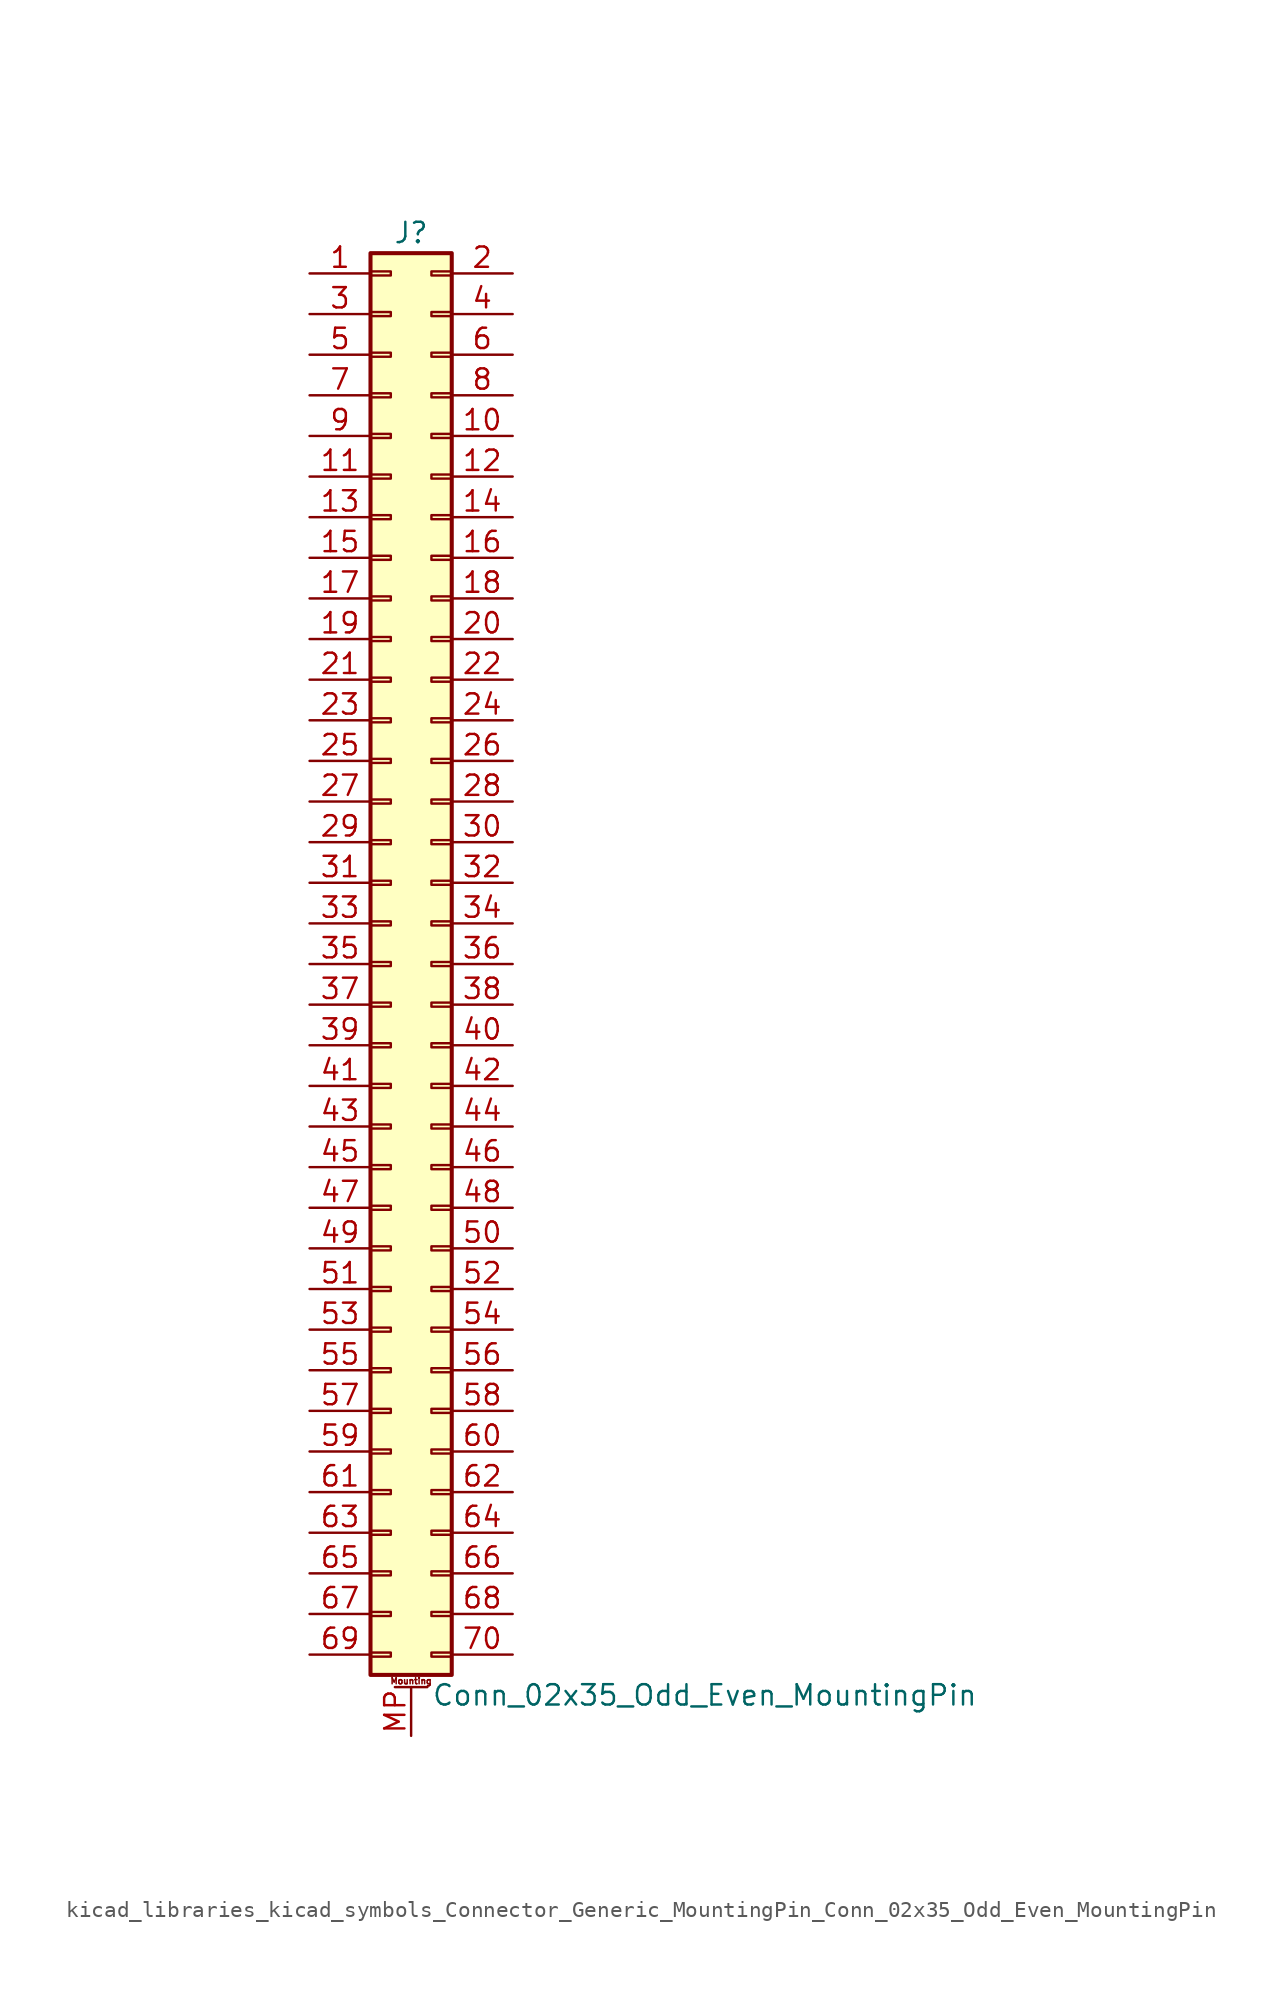
<source format=kicad_sym>
(kicad_symbol_lib
  (version 20220914)
  (generator kicad_symbol_editor)
  (symbol "kicad_libraries_kicad_symbols_Connector_Generic_MountingPin_Conn_02x35_Odd_Even_MountingPin"
    (pin_names
      (offset 1.016) hide)
    (property "Reference" "J"
      (at 1.27 45.72 0)
      (effects (font (size 1.27 1.27))))
    (property "Value" "Conn_02x35_Odd_Even_MountingPin"
      (at 2.54 -45.72 0)
      (effects (font (size 1.27 1.27)) (justify left)))
    (symbol "kicad_libraries_kicad_symbols_Connector_Generic_MountingPin_Conn_02x35_Odd_Even_MountingPin_1_1"
      (rectangle (start -1.27 -43.053) (end 0 -43.307) (stroke (width 0.152) (type default)) (fill (type none)))
      (rectangle (start -1.27 -40.513) (end 0 -40.767) (stroke (width 0.152) (type default)) (fill (type none)))
      (rectangle (start -1.27 -37.973) (end 0 -38.227) (stroke (width 0.152) (type default)) (fill (type none)))
      (rectangle (start -1.27 -35.433) (end 0 -35.687) (stroke (width 0.152) (type default)) (fill (type none)))
      (rectangle (start -1.27 -32.893) (end 0 -33.147) (stroke (width 0.152) (type default)) (fill (type none)))
      (rectangle (start -1.27 -30.353) (end 0 -30.607) (stroke (width 0.152) (type default)) (fill (type none)))
      (rectangle (start -1.27 -27.813) (end 0 -28.067) (stroke (width 0.152) (type default)) (fill (type none)))
      (rectangle (start -1.27 -25.273) (end 0 -25.527) (stroke (width 0.152) (type default)) (fill (type none)))
      (rectangle (start -1.27 -22.733) (end 0 -22.987) (stroke (width 0.152) (type default)) (fill (type none)))
      (rectangle (start -1.27 -20.193) (end 0 -20.447) (stroke (width 0.152) (type default)) (fill (type none)))
      (rectangle (start -1.27 -17.653) (end 0 -17.907) (stroke (width 0.152) (type default)) (fill (type none)))
      (rectangle (start -1.27 -15.113) (end 0 -15.367) (stroke (width 0.152) (type default)) (fill (type none)))
      (rectangle (start -1.27 -12.573) (end 0 -12.827) (stroke (width 0.152) (type default)) (fill (type none)))
      (rectangle (start -1.27 -10.033) (end 0 -10.287) (stroke (width 0.152) (type default)) (fill (type none)))
      (rectangle (start -1.27 -7.493) (end 0 -7.747) (stroke (width 0.152) (type default)) (fill (type none)))
      (rectangle (start -1.27 -4.953) (end 0 -5.207) (stroke (width 0.152) (type default)) (fill (type none)))
      (rectangle (start -1.27 -2.413) (end 0 -2.667) (stroke (width 0.152) (type default)) (fill (type none)))
      (rectangle (start -1.27 0.127) (end 0 -0.127) (stroke (width 0.152) (type default)) (fill (type none)))
      (rectangle (start -1.27 2.667) (end 0 2.413) (stroke (width 0.152) (type default)) (fill (type none)))
      (rectangle (start -1.27 5.207) (end 0 4.953) (stroke (width 0.152) (type default)) (fill (type none)))
      (rectangle (start -1.27 7.747) (end 0 7.493) (stroke (width 0.152) (type default)) (fill (type none)))
      (rectangle (start -1.27 10.287) (end 0 10.033) (stroke (width 0.152) (type default)) (fill (type none)))
      (rectangle (start -1.27 12.827) (end 0 12.573) (stroke (width 0.152) (type default)) (fill (type none)))
      (rectangle (start -1.27 15.367) (end 0 15.113) (stroke (width 0.152) (type default)) (fill (type none)))
      (rectangle (start -1.27 17.907) (end 0 17.653) (stroke (width 0.152) (type default)) (fill (type none)))
      (rectangle (start -1.27 20.447) (end 0 20.193) (stroke (width 0.152) (type default)) (fill (type none)))
      (rectangle (start -1.27 22.987) (end 0 22.733) (stroke (width 0.152) (type default)) (fill (type none)))
      (rectangle (start -1.27 25.527) (end 0 25.273) (stroke (width 0.152) (type default)) (fill (type none)))
      (rectangle (start -1.27 28.067) (end 0 27.813) (stroke (width 0.152) (type default)) (fill (type none)))
      (rectangle (start -1.27 30.607) (end 0 30.353) (stroke (width 0.152) (type default)) (fill (type none)))
      (rectangle (start -1.27 33.147) (end 0 32.893) (stroke (width 0.152) (type default)) (fill (type none)))
      (rectangle (start -1.27 35.687) (end 0 35.433) (stroke (width 0.152) (type default)) (fill (type none)))
      (rectangle (start -1.27 38.227) (end 0 37.973) (stroke (width 0.152) (type default)) (fill (type none)))
      (rectangle (start -1.27 40.767) (end 0 40.513) (stroke (width 0.152) (type default)) (fill (type none)))
      (rectangle (start -1.27 43.307) (end 0 43.053) (stroke (width 0.152) (type default)) (fill (type none)))
      (rectangle (start -1.27 44.45) (end 3.81 -44.45) (stroke (width 0.254) (type default)) (fill (type background)))
      (polyline (pts (xy 0.254 -45.212) (xy 2.286 -45.212)) (stroke (width 0.152) (type default)) (fill (type none)))
      (rectangle (start 3.81 -43.053) (end 2.54 -43.307) (stroke (width 0.152) (type default)) (fill (type none)))
      (rectangle (start 3.81 -40.513) (end 2.54 -40.767) (stroke (width 0.152) (type default)) (fill (type none)))
      (rectangle (start 3.81 -37.973) (end 2.54 -38.227) (stroke (width 0.152) (type default)) (fill (type none)))
      (rectangle (start 3.81 -35.433) (end 2.54 -35.687) (stroke (width 0.152) (type default)) (fill (type none)))
      (rectangle (start 3.81 -32.893) (end 2.54 -33.147) (stroke (width 0.152) (type default)) (fill (type none)))
      (rectangle (start 3.81 -30.353) (end 2.54 -30.607) (stroke (width 0.152) (type default)) (fill (type none)))
      (rectangle (start 3.81 -27.813) (end 2.54 -28.067) (stroke (width 0.152) (type default)) (fill (type none)))
      (rectangle (start 3.81 -25.273) (end 2.54 -25.527) (stroke (width 0.152) (type default)) (fill (type none)))
      (rectangle (start 3.81 -22.733) (end 2.54 -22.987) (stroke (width 0.152) (type default)) (fill (type none)))
      (rectangle (start 3.81 -20.193) (end 2.54 -20.447) (stroke (width 0.152) (type default)) (fill (type none)))
      (rectangle (start 3.81 -17.653) (end 2.54 -17.907) (stroke (width 0.152) (type default)) (fill (type none)))
      (rectangle (start 3.81 -15.113) (end 2.54 -15.367) (stroke (width 0.152) (type default)) (fill (type none)))
      (rectangle (start 3.81 -12.573) (end 2.54 -12.827) (stroke (width 0.152) (type default)) (fill (type none)))
      (rectangle (start 3.81 -10.033) (end 2.54 -10.287) (stroke (width 0.152) (type default)) (fill (type none)))
      (rectangle (start 3.81 -7.493) (end 2.54 -7.747) (stroke (width 0.152) (type default)) (fill (type none)))
      (rectangle (start 3.81 -4.953) (end 2.54 -5.207) (stroke (width 0.152) (type default)) (fill (type none)))
      (rectangle (start 3.81 -2.413) (end 2.54 -2.667) (stroke (width 0.152) (type default)) (fill (type none)))
      (rectangle (start 3.81 0.127) (end 2.54 -0.127) (stroke (width 0.152) (type default)) (fill (type none)))
      (rectangle (start 3.81 2.667) (end 2.54 2.413) (stroke (width 0.152) (type default)) (fill (type none)))
      (rectangle (start 3.81 5.207) (end 2.54 4.953) (stroke (width 0.152) (type default)) (fill (type none)))
      (rectangle (start 3.81 7.747) (end 2.54 7.493) (stroke (width 0.152) (type default)) (fill (type none)))
      (rectangle (start 3.81 10.287) (end 2.54 10.033) (stroke (width 0.152) (type default)) (fill (type none)))
      (rectangle (start 3.81 12.827) (end 2.54 12.573) (stroke (width 0.152) (type default)) (fill (type none)))
      (rectangle (start 3.81 15.367) (end 2.54 15.113) (stroke (width 0.152) (type default)) (fill (type none)))
      (rectangle (start 3.81 17.907) (end 2.54 17.653) (stroke (width 0.152) (type default)) (fill (type none)))
      (rectangle (start 3.81 20.447) (end 2.54 20.193) (stroke (width 0.152) (type default)) (fill (type none)))
      (rectangle (start 3.81 22.987) (end 2.54 22.733) (stroke (width 0.152) (type default)) (fill (type none)))
      (rectangle (start 3.81 25.527) (end 2.54 25.273) (stroke (width 0.152) (type default)) (fill (type none)))
      (rectangle (start 3.81 28.067) (end 2.54 27.813) (stroke (width 0.152) (type default)) (fill (type none)))
      (rectangle (start 3.81 30.607) (end 2.54 30.353) (stroke (width 0.152) (type default)) (fill (type none)))
      (rectangle (start 3.81 33.147) (end 2.54 32.893) (stroke (width 0.152) (type default)) (fill (type none)))
      (rectangle (start 3.81 35.687) (end 2.54 35.433) (stroke (width 0.152) (type default)) (fill (type none)))
      (rectangle (start 3.81 38.227) (end 2.54 37.973) (stroke (width 0.152) (type default)) (fill (type none)))
      (rectangle (start 3.81 40.767) (end 2.54 40.513) (stroke (width 0.152) (type default)) (fill (type none)))
      (rectangle (start 3.81 43.307) (end 2.54 43.053) (stroke (width 0.152) (type default)) (fill (type none)))
      (text "Mounting" (at 1.27 -44.831 0) (effects (font (size 0.381 0.381))))
      (pin passive line (at -5.08 43.18 0) (length 3.81) (name "Pin_1" (effects (font (size 1.27 1.27)))) (number "1" (effects (font (size 1.27 1.27)))))
      (pin passive line (at 7.62 33.02 180) (length 3.81) (name "Pin_10" (effects (font (size 1.27 1.27)))) (number "10" (effects (font (size 1.27 1.27)))))
      (pin passive line (at -5.08 30.48 0) (length 3.81) (name "Pin_11" (effects (font (size 1.27 1.27)))) (number "11" (effects (font (size 1.27 1.27)))))
      (pin passive line (at 7.62 30.48 180) (length 3.81) (name "Pin_12" (effects (font (size 1.27 1.27)))) (number "12" (effects (font (size 1.27 1.27)))))
      (pin passive line (at -5.08 27.94 0) (length 3.81) (name "Pin_13" (effects (font (size 1.27 1.27)))) (number "13" (effects (font (size 1.27 1.27)))))
      (pin passive line (at 7.62 27.94 180) (length 3.81) (name "Pin_14" (effects (font (size 1.27 1.27)))) (number "14" (effects (font (size 1.27 1.27)))))
      (pin passive line (at -5.08 25.4 0) (length 3.81) (name "Pin_15" (effects (font (size 1.27 1.27)))) (number "15" (effects (font (size 1.27 1.27)))))
      (pin passive line (at 7.62 25.4 180) (length 3.81) (name "Pin_16" (effects (font (size 1.27 1.27)))) (number "16" (effects (font (size 1.27 1.27)))))
      (pin passive line (at -5.08 22.86 0) (length 3.81) (name "Pin_17" (effects (font (size 1.27 1.27)))) (number "17" (effects (font (size 1.27 1.27)))))
      (pin passive line (at 7.62 22.86 180) (length 3.81) (name "Pin_18" (effects (font (size 1.27 1.27)))) (number "18" (effects (font (size 1.27 1.27)))))
      (pin passive line (at -5.08 20.32 0) (length 3.81) (name "Pin_19" (effects (font (size 1.27 1.27)))) (number "19" (effects (font (size 1.27 1.27)))))
      (pin passive line (at 7.62 43.18 180) (length 3.81) (name "Pin_2" (effects (font (size 1.27 1.27)))) (number "2" (effects (font (size 1.27 1.27)))))
      (pin passive line (at 7.62 20.32 180) (length 3.81) (name "Pin_20" (effects (font (size 1.27 1.27)))) (number "20" (effects (font (size 1.27 1.27)))))
      (pin passive line (at -5.08 17.78 0) (length 3.81) (name "Pin_21" (effects (font (size 1.27 1.27)))) (number "21" (effects (font (size 1.27 1.27)))))
      (pin passive line (at 7.62 17.78 180) (length 3.81) (name "Pin_22" (effects (font (size 1.27 1.27)))) (number "22" (effects (font (size 1.27 1.27)))))
      (pin passive line (at -5.08 15.24 0) (length 3.81) (name "Pin_23" (effects (font (size 1.27 1.27)))) (number "23" (effects (font (size 1.27 1.27)))))
      (pin passive line (at 7.62 15.24 180) (length 3.81) (name "Pin_24" (effects (font (size 1.27 1.27)))) (number "24" (effects (font (size 1.27 1.27)))))
      (pin passive line (at -5.08 12.7 0) (length 3.81) (name "Pin_25" (effects (font (size 1.27 1.27)))) (number "25" (effects (font (size 1.27 1.27)))))
      (pin passive line (at 7.62 12.7 180) (length 3.81) (name "Pin_26" (effects (font (size 1.27 1.27)))) (number "26" (effects (font (size 1.27 1.27)))))
      (pin passive line (at -5.08 10.16 0) (length 3.81) (name "Pin_27" (effects (font (size 1.27 1.27)))) (number "27" (effects (font (size 1.27 1.27)))))
      (pin passive line (at 7.62 10.16 180) (length 3.81) (name "Pin_28" (effects (font (size 1.27 1.27)))) (number "28" (effects (font (size 1.27 1.27)))))
      (pin passive line (at -5.08 7.62 0) (length 3.81) (name "Pin_29" (effects (font (size 1.27 1.27)))) (number "29" (effects (font (size 1.27 1.27)))))
      (pin passive line (at -5.08 40.64 0) (length 3.81) (name "Pin_3" (effects (font (size 1.27 1.27)))) (number "3" (effects (font (size 1.27 1.27)))))
      (pin passive line (at 7.62 7.62 180) (length 3.81) (name "Pin_30" (effects (font (size 1.27 1.27)))) (number "30" (effects (font (size 1.27 1.27)))))
      (pin passive line (at -5.08 5.08 0) (length 3.81) (name "Pin_31" (effects (font (size 1.27 1.27)))) (number "31" (effects (font (size 1.27 1.27)))))
      (pin passive line (at 7.62 5.08 180) (length 3.81) (name "Pin_32" (effects (font (size 1.27 1.27)))) (number "32" (effects (font (size 1.27 1.27)))))
      (pin passive line (at -5.08 2.54 0) (length 3.81) (name "Pin_33" (effects (font (size 1.27 1.27)))) (number "33" (effects (font (size 1.27 1.27)))))
      (pin passive line (at 7.62 2.54 180) (length 3.81) (name "Pin_34" (effects (font (size 1.27 1.27)))) (number "34" (effects (font (size 1.27 1.27)))))
      (pin passive line (at -5.08 0 0) (length 3.81) (name "Pin_35" (effects (font (size 1.27 1.27)))) (number "35" (effects (font (size 1.27 1.27)))))
      (pin passive line (at 7.62 0 180) (length 3.81) (name "Pin_36" (effects (font (size 1.27 1.27)))) (number "36" (effects (font (size 1.27 1.27)))))
      (pin passive line (at -5.08 -2.54 0) (length 3.81) (name "Pin_37" (effects (font (size 1.27 1.27)))) (number "37" (effects (font (size 1.27 1.27)))))
      (pin passive line (at 7.62 -2.54 180) (length 3.81) (name "Pin_38" (effects (font (size 1.27 1.27)))) (number "38" (effects (font (size 1.27 1.27)))))
      (pin passive line (at -5.08 -5.08 0) (length 3.81) (name "Pin_39" (effects (font (size 1.27 1.27)))) (number "39" (effects (font (size 1.27 1.27)))))
      (pin passive line (at 7.62 40.64 180) (length 3.81) (name "Pin_4" (effects (font (size 1.27 1.27)))) (number "4" (effects (font (size 1.27 1.27)))))
      (pin passive line (at 7.62 -5.08 180) (length 3.81) (name "Pin_40" (effects (font (size 1.27 1.27)))) (number "40" (effects (font (size 1.27 1.27)))))
      (pin passive line (at -5.08 -7.62 0) (length 3.81) (name "Pin_41" (effects (font (size 1.27 1.27)))) (number "41" (effects (font (size 1.27 1.27)))))
      (pin passive line (at 7.62 -7.62 180) (length 3.81) (name "Pin_42" (effects (font (size 1.27 1.27)))) (number "42" (effects (font (size 1.27 1.27)))))
      (pin passive line (at -5.08 -10.16 0) (length 3.81) (name "Pin_43" (effects (font (size 1.27 1.27)))) (number "43" (effects (font (size 1.27 1.27)))))
      (pin passive line (at 7.62 -10.16 180) (length 3.81) (name "Pin_44" (effects (font (size 1.27 1.27)))) (number "44" (effects (font (size 1.27 1.27)))))
      (pin passive line (at -5.08 -12.7 0) (length 3.81) (name "Pin_45" (effects (font (size 1.27 1.27)))) (number "45" (effects (font (size 1.27 1.27)))))
      (pin passive line (at 7.62 -12.7 180) (length 3.81) (name "Pin_46" (effects (font (size 1.27 1.27)))) (number "46" (effects (font (size 1.27 1.27)))))
      (pin passive line (at -5.08 -15.24 0) (length 3.81) (name "Pin_47" (effects (font (size 1.27 1.27)))) (number "47" (effects (font (size 1.27 1.27)))))
      (pin passive line (at 7.62 -15.24 180) (length 3.81) (name "Pin_48" (effects (font (size 1.27 1.27)))) (number "48" (effects (font (size 1.27 1.27)))))
      (pin passive line (at -5.08 -17.78 0) (length 3.81) (name "Pin_49" (effects (font (size 1.27 1.27)))) (number "49" (effects (font (size 1.27 1.27)))))
      (pin passive line (at -5.08 38.1 0) (length 3.81) (name "Pin_5" (effects (font (size 1.27 1.27)))) (number "5" (effects (font (size 1.27 1.27)))))
      (pin passive line (at 7.62 -17.78 180) (length 3.81) (name "Pin_50" (effects (font (size 1.27 1.27)))) (number "50" (effects (font (size 1.27 1.27)))))
      (pin passive line (at -5.08 -20.32 0) (length 3.81) (name "Pin_51" (effects (font (size 1.27 1.27)))) (number "51" (effects (font (size 1.27 1.27)))))
      (pin passive line (at 7.62 -20.32 180) (length 3.81) (name "Pin_52" (effects (font (size 1.27 1.27)))) (number "52" (effects (font (size 1.27 1.27)))))
      (pin passive line (at -5.08 -22.86 0) (length 3.81) (name "Pin_53" (effects (font (size 1.27 1.27)))) (number "53" (effects (font (size 1.27 1.27)))))
      (pin passive line (at 7.62 -22.86 180) (length 3.81) (name "Pin_54" (effects (font (size 1.27 1.27)))) (number "54" (effects (font (size 1.27 1.27)))))
      (pin passive line (at -5.08 -25.4 0) (length 3.81) (name "Pin_55" (effects (font (size 1.27 1.27)))) (number "55" (effects (font (size 1.27 1.27)))))
      (pin passive line (at 7.62 -25.4 180) (length 3.81) (name "Pin_56" (effects (font (size 1.27 1.27)))) (number "56" (effects (font (size 1.27 1.27)))))
      (pin passive line (at -5.08 -27.94 0) (length 3.81) (name "Pin_57" (effects (font (size 1.27 1.27)))) (number "57" (effects (font (size 1.27 1.27)))))
      (pin passive line (at 7.62 -27.94 180) (length 3.81) (name "Pin_58" (effects (font (size 1.27 1.27)))) (number "58" (effects (font (size 1.27 1.27)))))
      (pin passive line (at -5.08 -30.48 0) (length 3.81) (name "Pin_59" (effects (font (size 1.27 1.27)))) (number "59" (effects (font (size 1.27 1.27)))))
      (pin passive line (at 7.62 38.1 180) (length 3.81) (name "Pin_6" (effects (font (size 1.27 1.27)))) (number "6" (effects (font (size 1.27 1.27)))))
      (pin passive line (at 7.62 -30.48 180) (length 3.81) (name "Pin_60" (effects (font (size 1.27 1.27)))) (number "60" (effects (font (size 1.27 1.27)))))
      (pin passive line (at -5.08 -33.02 0) (length 3.81) (name "Pin_61" (effects (font (size 1.27 1.27)))) (number "61" (effects (font (size 1.27 1.27)))))
      (pin passive line (at 7.62 -33.02 180) (length 3.81) (name "Pin_62" (effects (font (size 1.27 1.27)))) (number "62" (effects (font (size 1.27 1.27)))))
      (pin passive line (at -5.08 -35.56 0) (length 3.81) (name "Pin_63" (effects (font (size 1.27 1.27)))) (number "63" (effects (font (size 1.27 1.27)))))
      (pin passive line (at 7.62 -35.56 180) (length 3.81) (name "Pin_64" (effects (font (size 1.27 1.27)))) (number "64" (effects (font (size 1.27 1.27)))))
      (pin passive line (at -5.08 -38.1 0) (length 3.81) (name "Pin_65" (effects (font (size 1.27 1.27)))) (number "65" (effects (font (size 1.27 1.27)))))
      (pin passive line (at 7.62 -38.1 180) (length 3.81) (name "Pin_66" (effects (font (size 1.27 1.27)))) (number "66" (effects (font (size 1.27 1.27)))))
      (pin passive line (at -5.08 -40.64 0) (length 3.81) (name "Pin_67" (effects (font (size 1.27 1.27)))) (number "67" (effects (font (size 1.27 1.27)))))
      (pin passive line (at 7.62 -40.64 180) (length 3.81) (name "Pin_68" (effects (font (size 1.27 1.27)))) (number "68" (effects (font (size 1.27 1.27)))))
      (pin passive line (at -5.08 -43.18 0) (length 3.81) (name "Pin_69" (effects (font (size 1.27 1.27)))) (number "69" (effects (font (size 1.27 1.27)))))
      (pin passive line (at -5.08 35.56 0) (length 3.81) (name "Pin_7" (effects (font (size 1.27 1.27)))) (number "7" (effects (font (size 1.27 1.27)))))
      (pin passive line (at 7.62 -43.18 180) (length 3.81) (name "Pin_70" (effects (font (size 1.27 1.27)))) (number "70" (effects (font (size 1.27 1.27)))))
      (pin passive line (at 7.62 35.56 180) (length 3.81) (name "Pin_8" (effects (font (size 1.27 1.27)))) (number "8" (effects (font (size 1.27 1.27)))))
      (pin passive line (at -5.08 33.02 0) (length 3.81) (name "Pin_9" (effects (font (size 1.27 1.27)))) (number "9" (effects (font (size 1.27 1.27)))))
      (pin passive line (at 1.27 -48.26 90) (length 3.048) (name "MountPin" (effects (font (size 1.27 1.27)))) (number "MP" (effects (font (size 1.27 1.27))))))))
</source>
